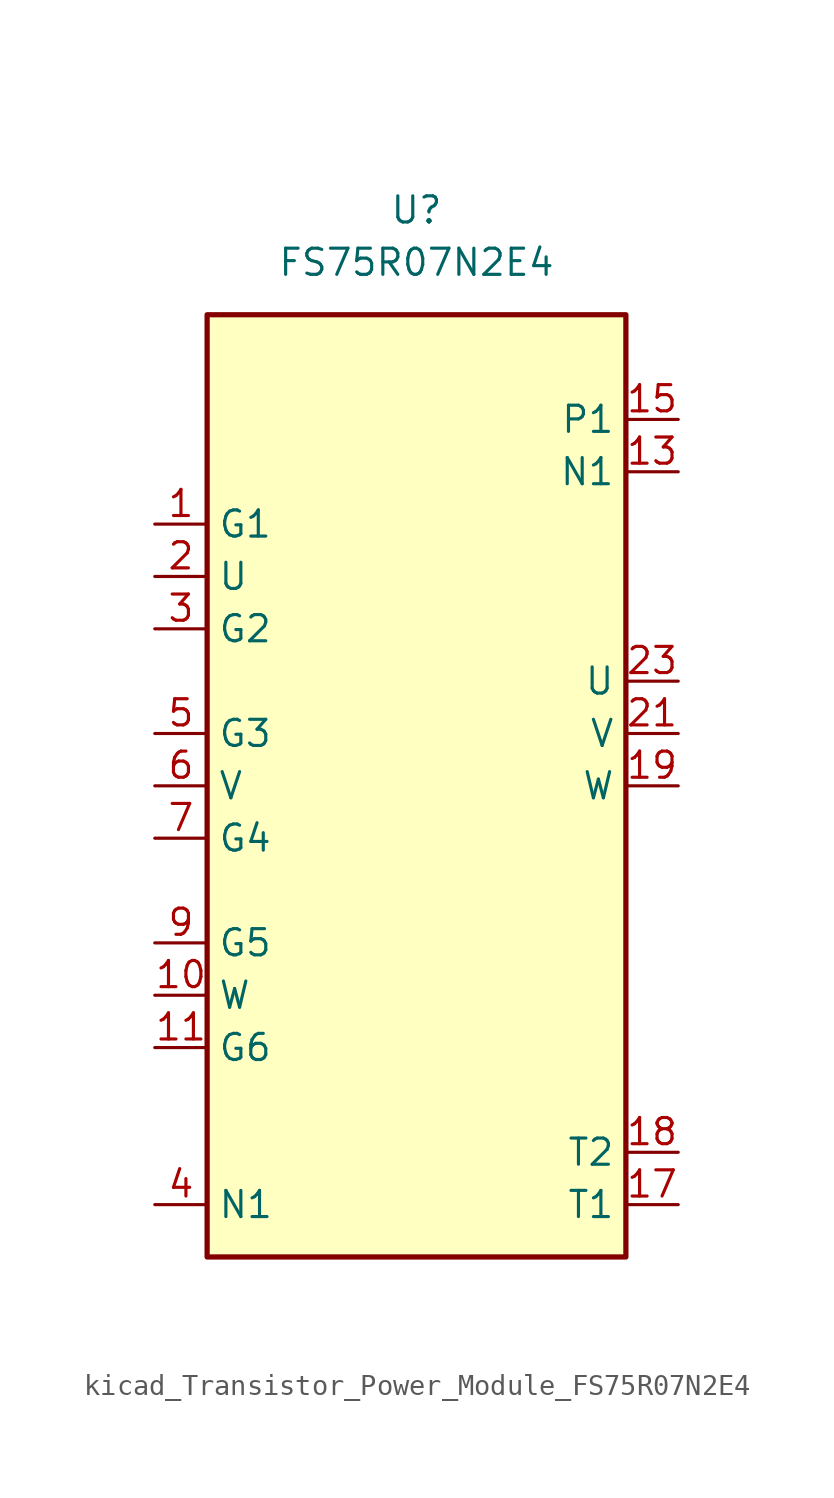
<source format=kicad_sym>
(kicad_symbol_lib
  (version 20220914)
  (generator kicad_symbol_editor)
  (symbol "kicad_Transistor_Power_Module_FS75R07N2E4"
    (property "Reference" "U"
      (at 0 25.4 0)
      (effects (font (size 1.27 1.27))))
    (property "Value" "FS75R07N2E4"
      (at 0 22.86 0)
      (effects (font (size 1.27 1.27))))
    (symbol "kicad_Transistor_Power_Module_FS75R07N2E4_0_0"
      (pin passive line (at 12.7 12.7 180) (length 2.54) (name "N1" (effects (font (size 1.27 1.27)))) (number "13" (effects (font (size 1.27 1.27)))))
      (pin passive line (at 12.7 12.7 180) (length 2.54) hide (name "N1" (effects (font (size 1.27 1.27)))) (number "14" (effects (font (size 1.27 1.27)))))
      (pin passive line (at 12.7 15.24 180) (length 2.54) (name "P1" (effects (font (size 1.27 1.27)))) (number "15" (effects (font (size 1.27 1.27)))))
      (pin passive line (at 12.7 15.24 180) (length 2.54) hide (name "P1" (effects (font (size 1.27 1.27)))) (number "16" (effects (font (size 1.27 1.27)))))
      (pin passive line (at 12.7 -22.86 180) (length 2.54) (name "T1" (effects (font (size 1.27 1.27)))) (number "17" (effects (font (size 1.27 1.27)))))
      (pin passive line (at 12.7 -20.32 180) (length 2.54) (name "T2" (effects (font (size 1.27 1.27)))) (number "18" (effects (font (size 1.27 1.27)))))
      (pin passive line (at 12.7 -2.54 180) (length 2.54) (name "W" (effects (font (size 1.27 1.27)))) (number "19" (effects (font (size 1.27 1.27)))))
      (pin passive line (at 12.7 -2.54 180) (length 2.54) hide (name "W" (effects (font (size 1.27 1.27)))) (number "20" (effects (font (size 1.27 1.27)))))
      (pin passive line (at 12.7 0 180) (length 2.54) (name "V" (effects (font (size 1.27 1.27)))) (number "21" (effects (font (size 1.27 1.27)))))
      (pin passive line (at 12.7 0 180) (length 2.54) hide (name "V" (effects (font (size 1.27 1.27)))) (number "22" (effects (font (size 1.27 1.27)))))
      (pin passive line (at 12.7 2.54 180) (length 2.54) (name "U" (effects (font (size 1.27 1.27)))) (number "23" (effects (font (size 1.27 1.27)))))
      (pin passive line (at 12.7 2.54 180) (length 2.54) hide (name "U" (effects (font (size 1.27 1.27)))) (number "24" (effects (font (size 1.27 1.27)))))
      (pin passive line (at 12.7 15.24 180) (length 2.54) hide (name "P1" (effects (font (size 1.27 1.27)))) (number "25" (effects (font (size 1.27 1.27)))))
      (pin passive line (at 12.7 15.24 180) (length 2.54) hide (name "P1" (effects (font (size 1.27 1.27)))) (number "26" (effects (font (size 1.27 1.27)))))
      (pin passive line (at 12.7 12.7 180) (length 2.54) hide (name "N1" (effects (font (size 1.27 1.27)))) (number "27" (effects (font (size 1.27 1.27)))))
      (pin passive line (at 12.7 12.7 180) (length 2.54) hide (name "N1" (effects (font (size 1.27 1.27)))) (number "28" (effects (font (size 1.27 1.27))))))
    (symbol "kicad_Transistor_Power_Module_FS75R07N2E4_1_1"
      (rectangle (start -10.16 20.32) (end 10.16 -25.4) (stroke (width 0.254) (type default)) (fill (type background)))
      (pin passive line (at -12.7 10.16 0) (length 2.54) (name "G1" (effects (font (size 1.27 1.27)))) (number "1" (effects (font (size 1.27 1.27)))))
      (pin passive line (at -12.7 -12.7 0) (length 2.54) (name "W" (effects (font (size 1.27 1.27)))) (number "10" (effects (font (size 1.27 1.27)))))
      (pin passive line (at -12.7 -15.24 0) (length 2.54) (name "G6" (effects (font (size 1.27 1.27)))) (number "11" (effects (font (size 1.27 1.27)))))
      (pin passive line (at -12.7 -22.86 0) (length 2.54) hide (name "N1" (effects (font (size 1.27 1.27)))) (number "12" (effects (font (size 1.27 1.27)))))
      (pin passive line (at -12.7 7.62 0) (length 2.54) (name "U" (effects (font (size 1.27 1.27)))) (number "2" (effects (font (size 1.27 1.27)))))
      (pin passive line (at -12.7 5.08 0) (length 2.54) (name "G2" (effects (font (size 1.27 1.27)))) (number "3" (effects (font (size 1.27 1.27)))))
      (pin passive line (at -12.7 -22.86 0) (length 2.54) (name "N1" (effects (font (size 1.27 1.27)))) (number "4" (effects (font (size 1.27 1.27)))))
      (pin passive line (at -12.7 0 0) (length 2.54) (name "G3" (effects (font (size 1.27 1.27)))) (number "5" (effects (font (size 1.27 1.27)))))
      (pin passive line (at -12.7 -2.54 0) (length 2.54) (name "V" (effects (font (size 1.27 1.27)))) (number "6" (effects (font (size 1.27 1.27)))))
      (pin passive line (at -12.7 -5.08 0) (length 2.54) (name "G4" (effects (font (size 1.27 1.27)))) (number "7" (effects (font (size 1.27 1.27)))))
      (pin passive line (at -12.7 -22.86 0) (length 2.54) hide (name "N1" (effects (font (size 1.27 1.27)))) (number "8" (effects (font (size 1.27 1.27)))))
      (pin passive line (at -12.7 -10.16 0) (length 2.54) (name "G5" (effects (font (size 1.27 1.27)))) (number "9" (effects (font (size 1.27 1.27))))))))
</source>
